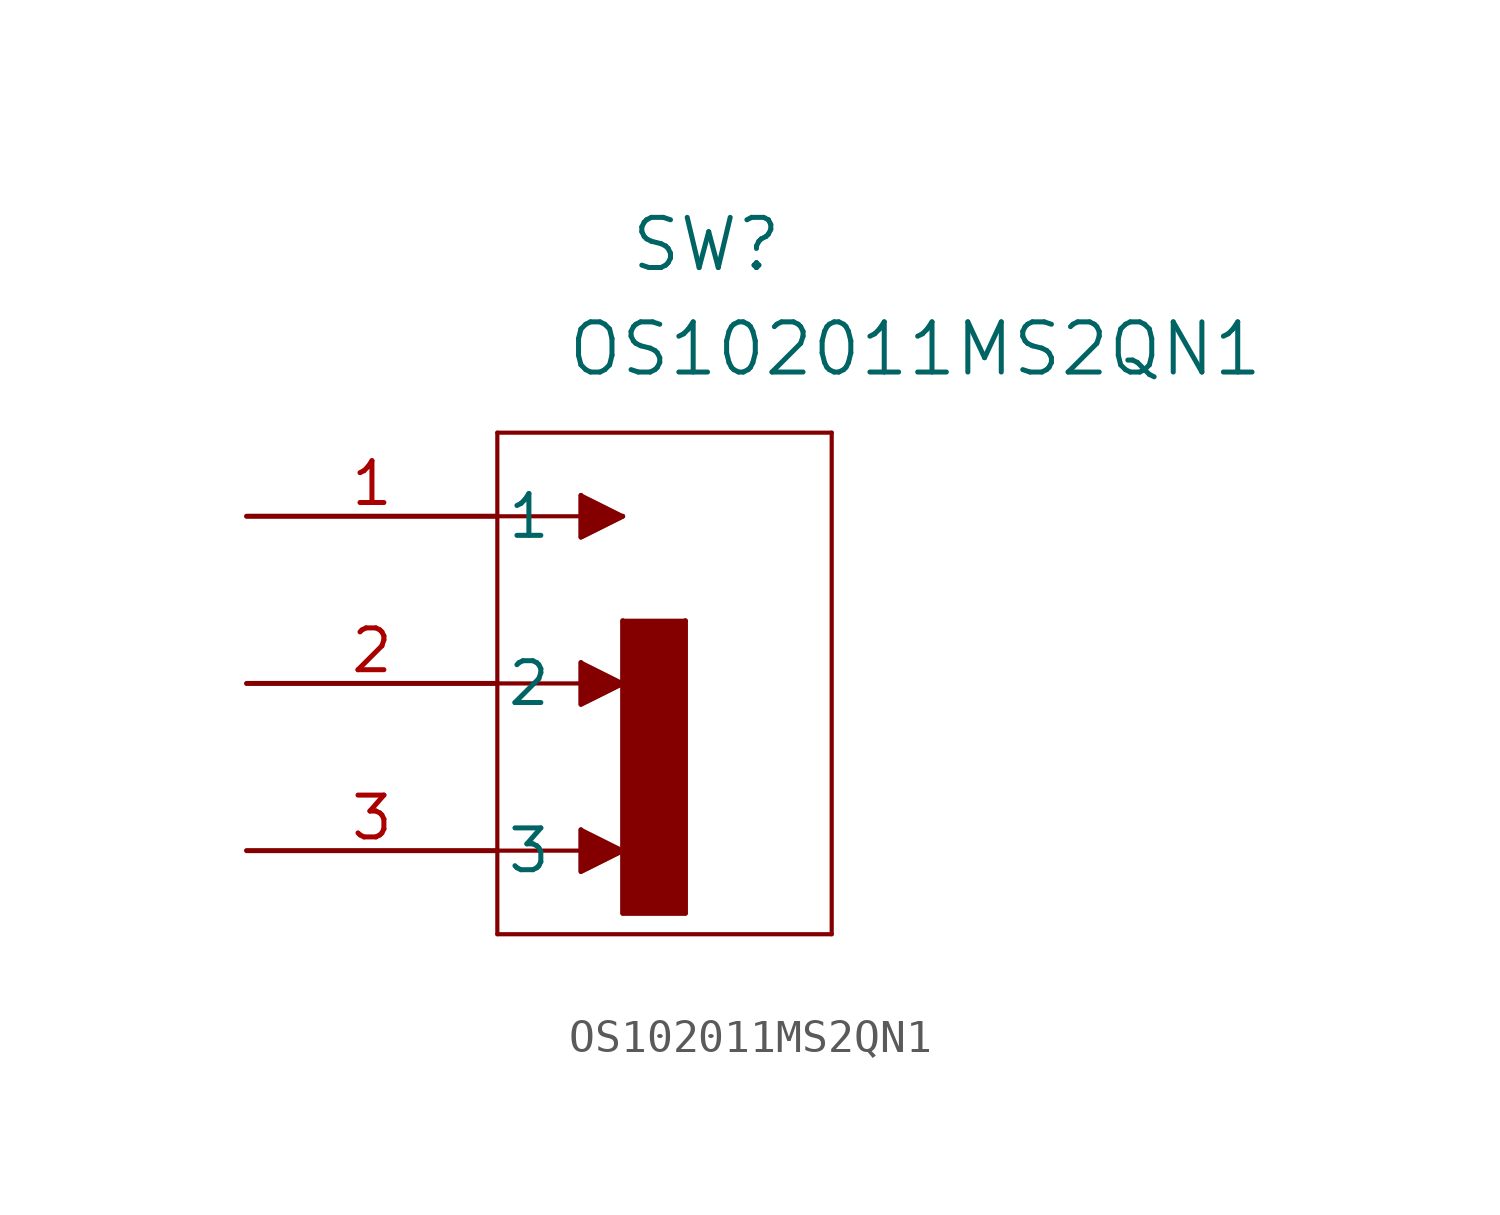
<source format=kicad_sym>
(kicad_symbol_lib
  (version 20211014)
  (generator kicad_symbol_editor)
  (symbol "OS102011MS2QN1"
    (pin_names
      (offset 0.254))
    (property "Reference" "SW"
      (at 13.97 8.255 0)
      (effects (font (size 1.524 1.524))))
    (property "Value" "OS102011MS2QN1"
      (at 20.32 5.08 0)
      (effects (font (size 1.524 1.524))))
    (symbol "OS102011MS2QN1_0_1"
      (polyline (pts (xy 7.62 2.54) (xy 7.62 -12.7)) (stroke (width 0.127) (type default) (color 0 0 0 0)) (fill (type none)))
      (polyline (pts (xy 7.62 -12.7) (xy 17.78 -12.7)) (stroke (width 0.127) (type default) (color 0 0 0 0)) (fill (type none)))
      (polyline (pts (xy 17.78 -12.7) (xy 17.78 2.54)) (stroke (width 0.127) (type default) (color 0 0 0 0)) (fill (type none)))
      (polyline (pts (xy 17.78 2.54) (xy 7.62 2.54)) (stroke (width 0.127) (type default) (color 0 0 0 0)) (fill (type none)))
      (polyline (pts (xy 7.62 0) (xy 11.43 0)) (stroke (width 0.127) (type default) (color 0 0 0 0)) (fill (type none)))
      (polyline (pts (xy 11.43 0) (xy 10.16 0.635)) (stroke (width 0.127) (type default) (color 0 0 0 0)) (fill (type none)))
      (polyline (pts (xy 11.43 0) (xy 10.16 -0.635)) (stroke (width 0.127) (type default) (color 0 0 0 0)) (fill (type none)))
      (polyline (pts (xy 10.16 0.635) (xy 10.16 -0.635)) (stroke (width 0.127) (type default) (color 0 0 0 0)) (fill (type none)))
      (polyline (pts (xy 10.16 0.635) (xy 10.16 -0.635) (xy 11.43 0)) (stroke (width 0) (type default) (color 0 0 0 0)) (fill (type outline)))
      (polyline (pts (xy 7.62 -5.08) (xy 11.43 -5.08)) (stroke (width 0.127) (type default) (color 0 0 0 0)) (fill (type none)))
      (polyline (pts (xy 11.43 -5.08) (xy 10.16 -4.445)) (stroke (width 0.127) (type default) (color 0 0 0 0)) (fill (type none)))
      (polyline (pts (xy 11.43 -5.08) (xy 10.16 -5.715)) (stroke (width 0.127) (type default) (color 0 0 0 0)) (fill (type none)))
      (polyline (pts (xy 10.16 -4.445) (xy 10.16 -5.715)) (stroke (width 0.127) (type default) (color 0 0 0 0)) (fill (type none)))
      (polyline (pts (xy 10.16 -4.445) (xy 10.16 -5.715) (xy 11.43 -5.08)) (stroke (width 0) (type default) (color 0 0 0 0)) (fill (type outline)))
      (polyline (pts (xy 7.62 -10.16) (xy 11.43 -10.16)) (stroke (width 0.127) (type default) (color 0 0 0 0)) (fill (type none)))
      (polyline (pts (xy 11.43 -10.16) (xy 10.16 -9.525)) (stroke (width 0.127) (type default) (color 0 0 0 0)) (fill (type none)))
      (polyline (pts (xy 11.43 -10.16) (xy 10.16 -10.795)) (stroke (width 0.127) (type default) (color 0 0 0 0)) (fill (type none)))
      (polyline (pts (xy 10.16 -9.525) (xy 10.16 -10.795)) (stroke (width 0.127) (type default) (color 0 0 0 0)) (fill (type none)))
      (polyline (pts (xy 10.16 -9.525) (xy 10.16 -10.795) (xy 11.43 -10.16)) (stroke (width 0) (type default) (color 0 0 0 0)) (fill (type outline)))
      (polyline (pts (xy 11.43 -3.175) (xy 11.43 -12.065)) (stroke (width 0.127) (type default) (color 0 0 0 0)) (fill (type none)))
      (polyline (pts (xy 11.43 -12.065) (xy 13.335 -12.065)) (stroke (width 0.127) (type default) (color 0 0 0 0)) (fill (type none)))
      (polyline (pts (xy 13.335 -12.065) (xy 13.335 -3.175)) (stroke (width 0.127) (type default) (color 0 0 0 0)) (fill (type none)))
      (polyline (pts (xy 13.335 -3.175) (xy 11.43 -3.175)) (stroke (width 0.127) (type default) (color 0 0 0 0)) (fill (type none)))
      (polyline (pts (xy 11.43 -3.175) (xy 11.43 -12.065) (xy 13.335 -12.065) (xy 13.335 -3.175)) (stroke (width 0) (type default) (color 0 0 0 0)) (fill (type outline)))
      (pin unspecified line (at 0 0 0) (length 7.62) (name "1" (effects (font (size 1.27 1.27)))) (number "1" (effects (font (size 1.27 1.27)))))
      (pin unspecified line (at 0 -5.08 0) (length 7.62) (name "2" (effects (font (size 1.27 1.27)))) (number "2" (effects (font (size 1.27 1.27)))))
      (pin unspecified line (at 0 -10.16 0) (length 7.62) (name "3" (effects (font (size 1.27 1.27)))) (number "3" (effects (font (size 1.27 1.27))))))))
</source>
